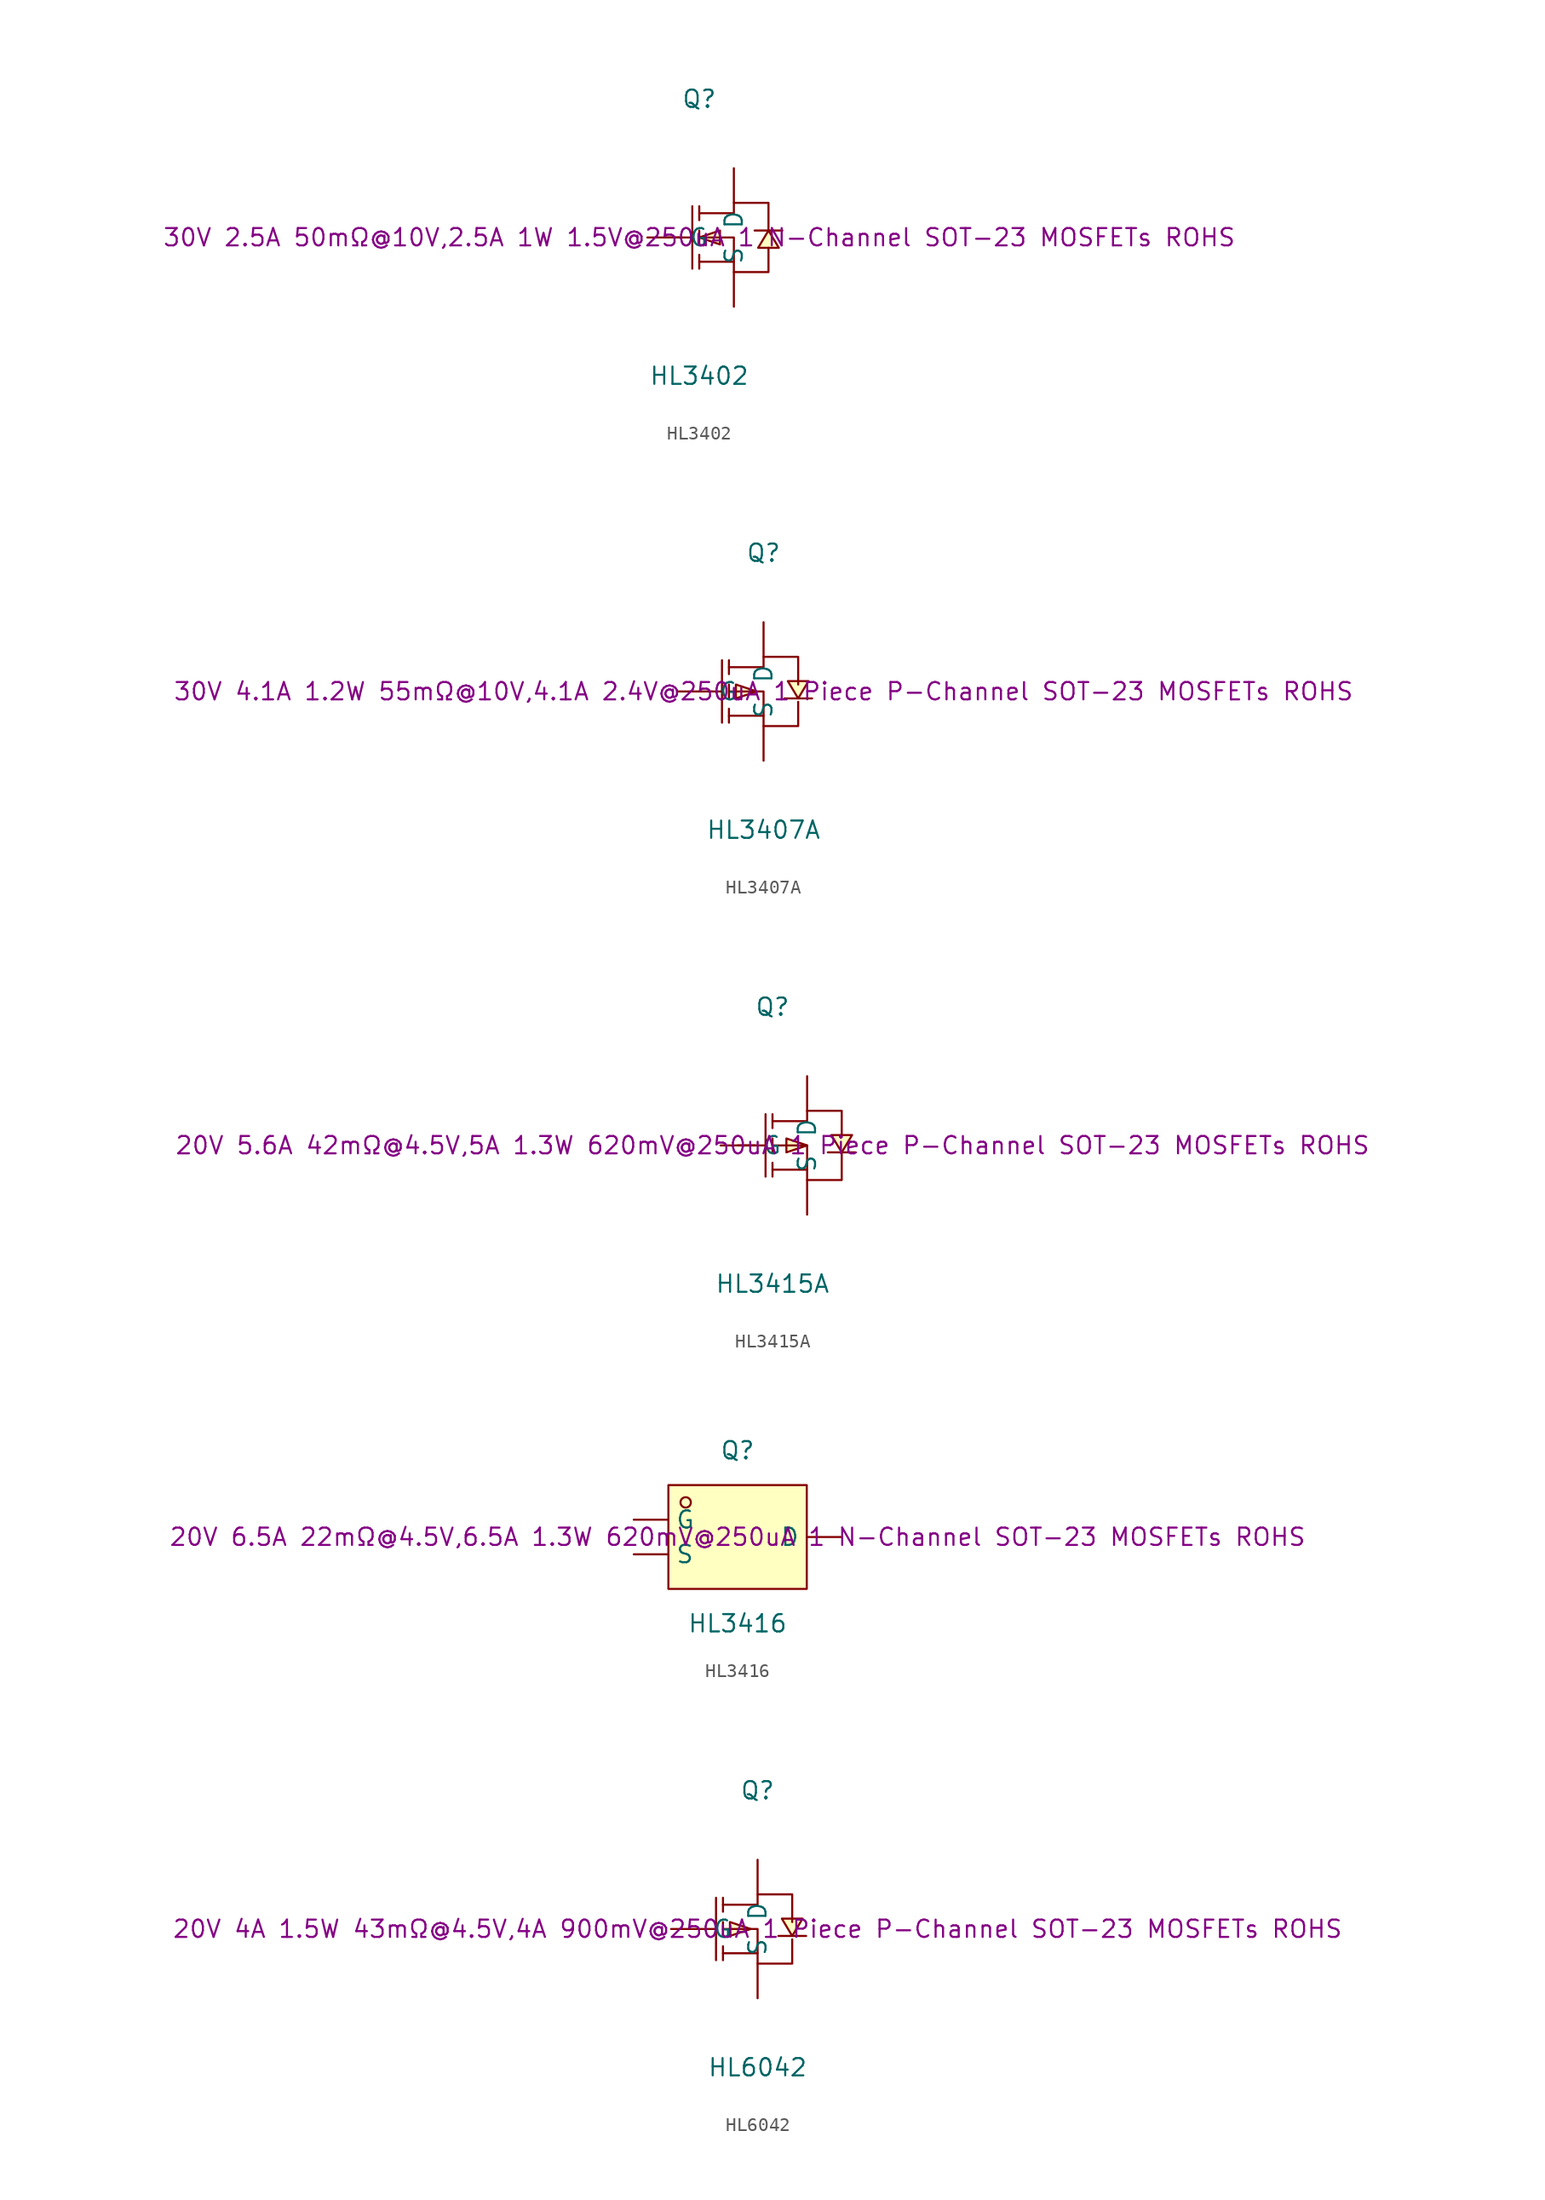
<source format=kicad_sym>
(kicad_symbol_lib
  (version 20241209)
  (generator "kicad_symbol_editor")
  (generator_version "9.0")
  (symbol "HL3402"
    (pin_numbers
      (hide yes))
    (property "Reference" "Q"
      (at 0 10.16 0)
      (effects (font (size 1.27 1.27))))
    (property "Value" "HL3402"
      (at 0 -10.16 0)
      (effects (font (size 1.27 1.27))))
    (property "Description" "30V 2.5A 50mΩ@10V,2.5A 1W 1.5V@250uA 1 N-Channel SOT-23 MOSFETs ROHS"
      (at 0 0 0)
      (effects (font (size 1.27 1.27))))
    (symbol "HL3402_0_1"
      (polyline (pts (xy -2.54 0) (xy -0.51 0)) (stroke (width 0) (type default)) (fill (type none)))
      (polyline (pts (xy -0.51 2.29) (xy -0.51 -2.29)) (stroke (width 0) (type default)) (fill (type none)))
      (polyline (pts (xy 0 2.29) (xy 0 1.27)) (stroke (width 0) (type default)) (fill (type none)))
      (polyline (pts (xy 0 1.78) (xy 2.54 1.78) (xy 2.54 2.54) (xy 5.08 2.54) (xy 5.08 0.51)) (stroke (width 0) (type default)) (fill (type none)))
      (polyline (pts (xy 0 0) (xy 1.52 -0.51) (xy 1.52 0.51) (xy 0 0)) (stroke (width 0) (type default)) (fill (type background)))
      (polyline (pts (xy 0 0) (xy 2.54 0) (xy 2.54 -2.54) (xy 5.08 -2.54) (xy 5.08 -0.76)) (stroke (width 0) (type default)) (fill (type none)))
      (polyline (pts (xy 0 -0.51) (xy 0 0.51)) (stroke (width 0) (type default)) (fill (type none)))
      (polyline (pts (xy 0 -2.29) (xy 0 -1.27)) (stroke (width 0) (type default)) (fill (type none)))
      (polyline (pts (xy 2.54 -1.78) (xy 0 -1.78)) (stroke (width 0) (type default)) (fill (type none)))
      (polyline (pts (xy 5.08 0.51) (xy 4.32 -0.76) (xy 5.84 -0.76) (xy 5.08 0.51)) (stroke (width 0) (type default)) (fill (type background)))
      (polyline (pts (xy 6.1 0.51) (xy 5.59 0.51) (xy 4.57 0.51) (xy 4.06 0.51)) (stroke (width 0) (type default)) (fill (type none)))
      (pin unspecified line (at -3.81 0 0) (length 2.54) (name "G" (effects (font (size 1.27 1.27)))) (number "1" (effects (font (size 1.27 1.27)))))
      (pin unspecified line (at 2.54 5.08 270) (length 2.54) (name "D" (effects (font (size 1.27 1.27)))) (number "3" (effects (font (size 1.27 1.27)))))
      (pin unspecified line (at 2.54 -5.08 90) (length 2.54) (name "S" (effects (font (size 1.27 1.27)))) (number "2" (effects (font (size 1.27 1.27)))))))
  (symbol "HL3407A"
    (pin_numbers
      (hide yes))
    (property "Reference" "Q"
      (at 0 10.16 0)
      (effects (font (size 1.27 1.27))))
    (property "Value" "HL3407A"
      (at 0 -10.16 0)
      (effects (font (size 1.27 1.27))))
    (property "Description" "30V 4.1A 1.2W 55mΩ@10V,4.1A 2.4V@250uA 1 Piece P-Channel SOT-23 MOSFETs ROHS"
      (at 0 0 0)
      (effects (font (size 1.27 1.27))))
    (symbol "HL3407A_0_1"
      (polyline (pts (xy -3.81 0) (xy -3.05 0)) (stroke (width 0) (type default)) (fill (type none)))
      (polyline (pts (xy -3.05 2.29) (xy -3.05 -2.29)) (stroke (width 0) (type default)) (fill (type none)))
      (polyline (pts (xy -2.54 2.29) (xy -2.54 1.27)) (stroke (width 0) (type default)) (fill (type none)))
      (polyline (pts (xy -2.54 1.78) (xy 0 1.78) (xy 0 2.54) (xy 2.54 2.54) (xy 2.54 0.51)) (stroke (width 0) (type default)) (fill (type none)))
      (polyline (pts (xy -2.54 0) (xy 0 0) (xy 0 -2.54) (xy 2.54 -2.54) (xy 2.54 -0.76)) (stroke (width 0) (type default)) (fill (type none)))
      (polyline (pts (xy -2.54 -0.51) (xy -2.54 0.51)) (stroke (width 0) (type default)) (fill (type none)))
      (polyline (pts (xy -2.54 -2.29) (xy -2.54 -1.27)) (stroke (width 0) (type default)) (fill (type none)))
      (polyline (pts (xy -0.51 0) (xy -2.03 0.51) (xy -2.03 -0.51) (xy -0.51 0)) (stroke (width 0) (type default)) (fill (type background)))
      (polyline (pts (xy 0 -1.78) (xy -2.54 -1.78)) (stroke (width 0) (type default)) (fill (type none)))
      (polyline (pts (xy 1.52 -0.51) (xy 2.03 -0.51) (xy 3.05 -0.51) (xy 3.56 -0.51)) (stroke (width 0) (type default)) (fill (type none)))
      (polyline (pts (xy 2.54 -0.51) (xy 3.3 0.76) (xy 1.78 0.76) (xy 2.54 -0.51)) (stroke (width 0) (type default)) (fill (type background)))
      (pin unspecified line (at -6.35 0 0) (length 2.54) (name "G" (effects (font (size 1.27 1.27)))) (number "1" (effects (font (size 1.27 1.27)))))
      (pin unspecified line (at 0 5.08 270) (length 2.54) (name "D" (effects (font (size 1.27 1.27)))) (number "3" (effects (font (size 1.27 1.27)))))
      (pin unspecified line (at 0 -5.08 90) (length 2.54) (name "S" (effects (font (size 1.27 1.27)))) (number "2" (effects (font (size 1.27 1.27)))))))
  (symbol "HL3415A"
    (pin_numbers
      (hide yes))
    (property "Reference" "Q"
      (at 0 10.16 0)
      (effects (font (size 1.27 1.27))))
    (property "Value" "HL3415A"
      (at 0 -10.16 0)
      (effects (font (size 1.27 1.27))))
    (property "Description" "20V 5.6A 42mΩ@4.5V,5A 1.3W 620mV@250uA 1 Piece P-Channel SOT-23 MOSFETs ROHS"
      (at 0 0 0)
      (effects (font (size 1.27 1.27))))
    (symbol "HL3415A_0_1"
      (polyline (pts (xy -2.54 0) (xy -0.51 0)) (stroke (width 0) (type default)) (fill (type none)))
      (polyline (pts (xy -0.51 2.29) (xy -0.51 -2.29)) (stroke (width 0) (type default)) (fill (type none)))
      (polyline (pts (xy 0 2.29) (xy 0 1.27)) (stroke (width 0) (type default)) (fill (type none)))
      (polyline (pts (xy 0 1.78) (xy 2.54 1.78) (xy 2.54 2.54) (xy 5.08 2.54) (xy 5.08 0.76)) (stroke (width 0) (type default)) (fill (type none)))
      (polyline (pts (xy 0 0) (xy 2.54 0) (xy 2.54 -2.54) (xy 5.08 -2.54) (xy 5.08 -0.51)) (stroke (width 0) (type default)) (fill (type none)))
      (polyline (pts (xy 0 -0.51) (xy 0 0.51)) (stroke (width 0) (type default)) (fill (type none)))
      (polyline (pts (xy 0 -2.29) (xy 0 -1.27)) (stroke (width 0) (type default)) (fill (type none)))
      (polyline (pts (xy 2.54 0) (xy 1.02 0.51) (xy 1.02 -0.51) (xy 2.54 0)) (stroke (width 0) (type default)) (fill (type background)))
      (polyline (pts (xy 2.54 -1.78) (xy 0 -1.78)) (stroke (width 0) (type default)) (fill (type none)))
      (polyline (pts (xy 4.06 -0.51) (xy 4.57 -0.51) (xy 5.59 -0.51) (xy 6.1 -0.51)) (stroke (width 0) (type default)) (fill (type none)))
      (polyline (pts (xy 5.08 -0.51) (xy 5.84 0.76) (xy 4.32 0.76) (xy 5.08 -0.51)) (stroke (width 0) (type default)) (fill (type background)))
      (pin unspecified line (at -3.81 0 0) (length 2.54) (name "G" (effects (font (size 1.27 1.27)))) (number "1" (effects (font (size 1.27 1.27)))))
      (pin unspecified line (at 2.54 5.08 270) (length 2.54) (name "D" (effects (font (size 1.27 1.27)))) (number "3" (effects (font (size 1.27 1.27)))))
      (pin unspecified line (at 2.54 -5.08 90) (length 2.54) (name "S" (effects (font (size 1.27 1.27)))) (number "2" (effects (font (size 1.27 1.27)))))))
  (symbol "HL3416"
    (pin_numbers
      (hide yes))
    (property "Reference" "Q"
      (at 0 6.35 0)
      (effects (font (size 1.27 1.27))))
    (property "Value" "HL3416"
      (at 0 -6.35 0)
      (effects (font (size 1.27 1.27))))
    (property "Description" "20V 6.5A 22mΩ@4.5V,6.5A 1.3W 620mV@250uA 1 N-Channel SOT-23 MOSFETs ROHS"
      (at 0 0 0)
      (effects (font (size 1.27 1.27))))
    (symbol "HL3416_0_1"
      (rectangle (start -5.08 3.81) (end 5.08 -3.81) (stroke (width 0) (type default)) (fill (type background)))
      (circle (center -3.81 2.54) (radius 0.38) (stroke (width 0) (type default)) (fill (type none)))
      (pin unspecified line (at -7.62 1.27 0) (length 2.54) (name "G" (effects (font (size 1.27 1.27)))) (number "1" (effects (font (size 1.27 1.27)))))
      (pin unspecified line (at -7.62 -1.27 0) (length 2.54) (name "S" (effects (font (size 1.27 1.27)))) (number "2" (effects (font (size 1.27 1.27)))))
      (pin unspecified line (at 7.62 0 180) (length 2.54) (name "D" (effects (font (size 1.27 1.27)))) (number "3" (effects (font (size 1.27 1.27)))))))
  (symbol "HL6042"
    (pin_numbers
      (hide yes))
    (property "Reference" "Q"
      (at 0 10.16 0)
      (effects (font (size 1.27 1.27))))
    (property "Value" "HL6042"
      (at 0 -10.16 0)
      (effects (font (size 1.27 1.27))))
    (property "Description" "20V 4A 1.5W 43mΩ@4.5V,4A 900mV@250uA 1 Piece P-Channel SOT-23 MOSFETs ROHS"
      (at 0 0 0)
      (effects (font (size 1.27 1.27))))
    (symbol "HL6042_0_1"
      (polyline (pts (xy -3.81 0) (xy -3.05 0)) (stroke (width 0) (type default)) (fill (type none)))
      (polyline (pts (xy -3.05 2.29) (xy -3.05 -2.29)) (stroke (width 0) (type default)) (fill (type none)))
      (polyline (pts (xy -2.54 2.29) (xy -2.54 1.27)) (stroke (width 0) (type default)) (fill (type none)))
      (polyline (pts (xy -2.54 1.78) (xy 0 1.78) (xy 0 2.54) (xy 2.54 2.54) (xy 2.54 0.51)) (stroke (width 0) (type default)) (fill (type none)))
      (polyline (pts (xy -2.54 0) (xy 0 0) (xy 0 -2.54) (xy 2.54 -2.54) (xy 2.54 -0.76)) (stroke (width 0) (type default)) (fill (type none)))
      (polyline (pts (xy -2.54 -0.51) (xy -2.54 0.51)) (stroke (width 0) (type default)) (fill (type none)))
      (polyline (pts (xy -2.54 -2.29) (xy -2.54 -1.27)) (stroke (width 0) (type default)) (fill (type none)))
      (polyline (pts (xy -0.51 0) (xy -2.03 0.51) (xy -2.03 -0.51) (xy -0.51 0)) (stroke (width 0) (type default)) (fill (type background)))
      (polyline (pts (xy 0 -1.78) (xy -2.54 -1.78)) (stroke (width 0) (type default)) (fill (type none)))
      (polyline (pts (xy 1.52 -0.51) (xy 2.03 -0.51) (xy 3.05 -0.51) (xy 3.56 -0.51)) (stroke (width 0) (type default)) (fill (type none)))
      (polyline (pts (xy 2.54 -0.51) (xy 3.3 0.76) (xy 1.78 0.76) (xy 2.54 -0.51)) (stroke (width 0) (type default)) (fill (type background)))
      (pin unspecified line (at -6.35 0 0) (length 2.54) (name "G" (effects (font (size 1.27 1.27)))) (number "1" (effects (font (size 1.27 1.27)))))
      (pin unspecified line (at 0 5.08 270) (length 2.54) (name "D" (effects (font (size 1.27 1.27)))) (number "3" (effects (font (size 1.27 1.27)))))
      (pin unspecified line (at 0 -5.08 90) (length 2.54) (name "S" (effects (font (size 1.27 1.27)))) (number "2" (effects (font (size 1.27 1.27))))))))
</source>
